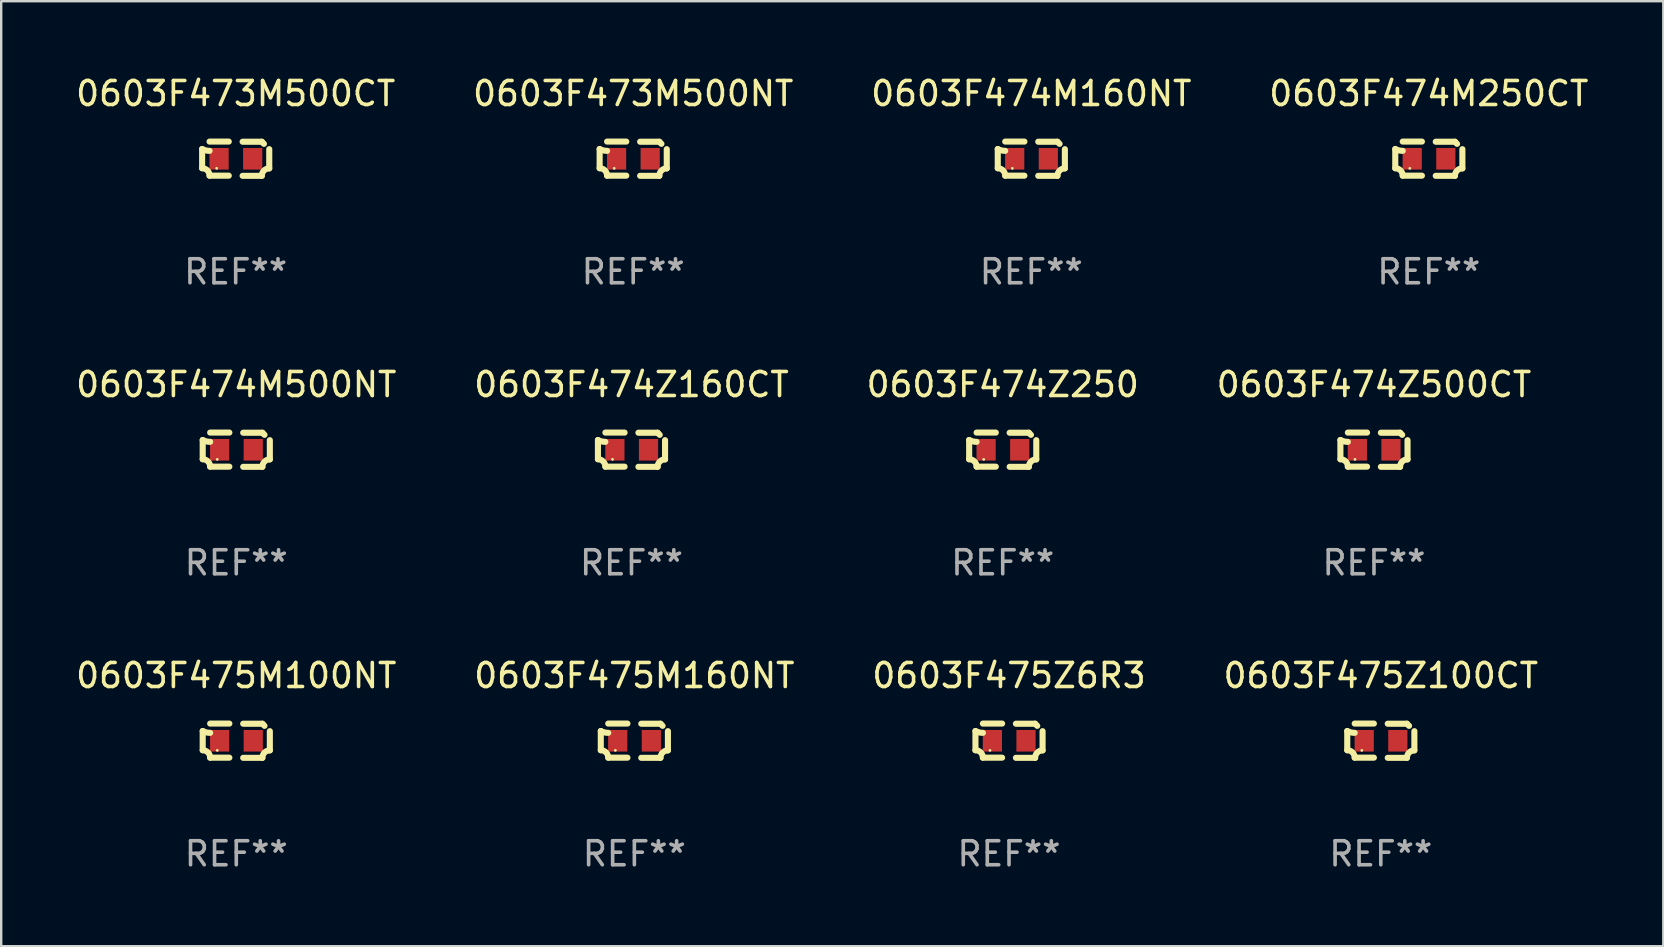
<source format=kicad_pcb>
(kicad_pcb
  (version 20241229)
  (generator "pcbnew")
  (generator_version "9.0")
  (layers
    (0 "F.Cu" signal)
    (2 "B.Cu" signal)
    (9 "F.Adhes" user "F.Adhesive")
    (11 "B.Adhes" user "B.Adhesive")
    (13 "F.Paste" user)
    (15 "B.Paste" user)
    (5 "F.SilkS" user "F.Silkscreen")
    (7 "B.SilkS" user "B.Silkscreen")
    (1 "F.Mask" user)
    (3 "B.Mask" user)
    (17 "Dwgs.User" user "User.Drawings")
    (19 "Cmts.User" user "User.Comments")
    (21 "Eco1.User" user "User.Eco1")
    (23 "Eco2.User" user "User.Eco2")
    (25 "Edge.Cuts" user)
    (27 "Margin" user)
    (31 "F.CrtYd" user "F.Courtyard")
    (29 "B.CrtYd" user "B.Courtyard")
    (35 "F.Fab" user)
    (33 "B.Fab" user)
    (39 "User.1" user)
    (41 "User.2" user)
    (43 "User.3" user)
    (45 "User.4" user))
  (footprint "0603F474M250CT"
    (layer "F.Cu")
    (at 56.47 3.561)
    (property "Reference" "0603F474M250CT" (at 0 -2.713 0) (layer "F.SilkS") (effects (font (size 1 1) (thickness 0.15))))
    (attr through_hole)
    (fp_line (start -1.398 -0.403) (end -1.398 0.397) (stroke (width 0.254) (type solid)) (layer "F.SilkS"))
    (fp_line (start -0.288 -0.713) (end -1.088 -0.713) (stroke (width 0.254) (type solid)) (layer "F.SilkS"))
    (fp_line (start -0.288 0.707) (end -1.088 0.707) (stroke (width 0.254) (type solid)) (layer "F.SilkS"))
    (fp_line (start 0.288 -0.707) (end 1.088 -0.707) (stroke (width 0.254) (type solid)) (layer "F.SilkS"))
    (fp_line (start 0.288 0.713) (end 1.088 0.713) (stroke (width 0.254) (type solid)) (layer "F.SilkS"))
    (fp_line (start 1.398 -0.397) (end 1.398 0.403) (stroke (width 0.254) (type solid)) (layer "F.SilkS"))
    (fp_arc (start -1.397789 0.397066) (mid -1.178701 0.487826) (end -1.08796 0.706922) (stroke (width 0.254001) (type solid)) (layer "F.SilkS"))
    (fp_arc (start -1.08796 -0.327176) (mid -1.247436 -0.346384) (end -1.39779 -0.402908) (stroke (width 0.254001) (type solid)) (layer "F.SilkS"))
    (fp_arc (start 1.087909 0.712738) (mid 1.178656 0.493655) (end 1.397739 0.402908) (stroke (width 0.254001) (type solid)) (layer "F.SilkS"))
    (fp_arc (start 1.175925 -0.618926) (mid 1.131917 -0.662923) (end 1.08791 -0.706922) (stroke (width 0.254001) (type solid)) (layer "F.SilkS"))
    (fp_circle (center -0.792 0.403) (end -0.762 0.403) (stroke (width 0.06) (type solid)) (fill no) (layer "F.SilkS"))
    (fp_text user "REF**" (at 0 4.713 0) (layer "F.Fab") (effects (font (size 1 1) (thickness 0.15))))
    (pad "1" smd rect (at -0.692 0.003) (size 0.8 0.9) (layers "F.Cu" "F.Mask" "F.Paste"))
    (pad "2" smd rect (at 0.708 0.003) (size 0.8 0.9) (layers "F.Cu" "F.Mask" "F.Paste")))
  (footprint "0603F475M100NT"
    (layer "F.Cu")
    (at 6.792 27.805)
    (property "Reference" "0603F475M100NT" (at 0 -2.713 0) (layer "F.SilkS") (effects (font (size 1 1) (thickness 0.15))))
    (attr through_hole)
    (fp_line (start -1.398 -0.403) (end -1.398 0.397) (stroke (width 0.254) (type solid)) (layer "F.SilkS"))
    (fp_line (start -0.288 -0.713) (end -1.088 -0.713) (stroke (width 0.254) (type solid)) (layer "F.SilkS"))
    (fp_line (start -0.288 0.707) (end -1.088 0.707) (stroke (width 0.254) (type solid)) (layer "F.SilkS"))
    (fp_line (start 0.288 -0.707) (end 1.088 -0.707) (stroke (width 0.254) (type solid)) (layer "F.SilkS"))
    (fp_line (start 0.288 0.713) (end 1.088 0.713) (stroke (width 0.254) (type solid)) (layer "F.SilkS"))
    (fp_line (start 1.398 -0.397) (end 1.398 0.403) (stroke (width 0.254) (type solid)) (layer "F.SilkS"))
    (fp_arc (start -1.397789 0.397066) (mid -1.178701 0.487826) (end -1.08796 0.706922) (stroke (width 0.254001) (type solid)) (layer "F.SilkS"))
    (fp_arc (start -1.08796 -0.327176) (mid -1.247436 -0.346384) (end -1.39779 -0.402908) (stroke (width 0.254001) (type solid)) (layer "F.SilkS"))
    (fp_arc (start 1.087909 0.712738) (mid 1.178656 0.493655) (end 1.397739 0.402908) (stroke (width 0.254001) (type solid)) (layer "F.SilkS"))
    (fp_arc (start 1.175925 -0.618926) (mid 1.131917 -0.662923) (end 1.08791 -0.706922) (stroke (width 0.254001) (type solid)) (layer "F.SilkS"))
    (fp_circle (center -0.792 0.403) (end -0.762 0.403) (stroke (width 0.06) (type solid)) (fill no) (layer "F.SilkS"))
    (fp_text user "REF**" (at 0 4.713 0) (layer "F.Fab") (effects (font (size 1 1) (thickness 0.15))))
    (pad "1" smd rect (at -0.692 0.003) (size 0.8 0.9) (layers "F.Cu" "F.Mask" "F.Paste"))
    (pad "2" smd rect (at 0.708 0.003) (size 0.8 0.9) (layers "F.Cu" "F.Mask" "F.Paste")))
  (footprint "0603F473M500CT"
    (layer "F.Cu")
    (at 6.768 3.561)
    (property "Reference" "0603F473M500CT" (at 0 -2.713 0) (layer "F.SilkS") (effects (font (size 1 1) (thickness 0.15))))
    (attr through_hole)
    (fp_line (start -1.398 -0.403) (end -1.398 0.397) (stroke (width 0.254) (type solid)) (layer "F.SilkS"))
    (fp_line (start -0.288 -0.713) (end -1.088 -0.713) (stroke (width 0.254) (type solid)) (layer "F.SilkS"))
    (fp_line (start -0.288 0.707) (end -1.088 0.707) (stroke (width 0.254) (type solid)) (layer "F.SilkS"))
    (fp_line (start 0.288 -0.707) (end 1.088 -0.707) (stroke (width 0.254) (type solid)) (layer "F.SilkS"))
    (fp_line (start 0.288 0.713) (end 1.088 0.713) (stroke (width 0.254) (type solid)) (layer "F.SilkS"))
    (fp_line (start 1.398 -0.397) (end 1.398 0.403) (stroke (width 0.254) (type solid)) (layer "F.SilkS"))
    (fp_arc (start -1.397789 0.397066) (mid -1.178701 0.487826) (end -1.08796 0.706922) (stroke (width 0.254001) (type solid)) (layer "F.SilkS"))
    (fp_arc (start -1.08796 -0.327176) (mid -1.247436 -0.346384) (end -1.39779 -0.402908) (stroke (width 0.254001) (type solid)) (layer "F.SilkS"))
    (fp_arc (start 1.087909 0.712738) (mid 1.178656 0.493655) (end 1.397739 0.402908) (stroke (width 0.254001) (type solid)) (layer "F.SilkS"))
    (fp_arc (start 1.175925 -0.618926) (mid 1.131917 -0.662923) (end 1.08791 -0.706922) (stroke (width 0.254001) (type solid)) (layer "F.SilkS"))
    (fp_circle (center -0.792 0.403) (end -0.762 0.403) (stroke (width 0.06) (type solid)) (fill no) (layer "F.SilkS"))
    (fp_text user "REF**" (at 0 4.713 0) (layer "F.Fab") (effects (font (size 1 1) (thickness 0.15))))
    (pad "1" smd rect (at -0.692 0.003) (size 0.8 0.9) (layers "F.Cu" "F.Mask" "F.Paste"))
    (pad "2" smd rect (at 0.708 0.003) (size 0.8 0.9) (layers "F.Cu" "F.Mask" "F.Paste")))
  (footprint "0603F475M160NT"
    (layer "F.Cu")
    (at 23.375 27.805)
    (property "Reference" "0603F475M160NT" (at 0 -2.713 0) (layer "F.SilkS") (effects (font (size 1 1) (thickness 0.15))))
    (attr through_hole)
    (fp_line (start -1.398 -0.403) (end -1.398 0.397) (stroke (width 0.254) (type solid)) (layer "F.SilkS"))
    (fp_line (start -0.288 -0.713) (end -1.088 -0.713) (stroke (width 0.254) (type solid)) (layer "F.SilkS"))
    (fp_line (start -0.288 0.707) (end -1.088 0.707) (stroke (width 0.254) (type solid)) (layer "F.SilkS"))
    (fp_line (start 0.288 -0.707) (end 1.088 -0.707) (stroke (width 0.254) (type solid)) (layer "F.SilkS"))
    (fp_line (start 0.288 0.713) (end 1.088 0.713) (stroke (width 0.254) (type solid)) (layer "F.SilkS"))
    (fp_line (start 1.398 -0.397) (end 1.398 0.403) (stroke (width 0.254) (type solid)) (layer "F.SilkS"))
    (fp_arc (start -1.397789 0.397066) (mid -1.178701 0.487826) (end -1.08796 0.706922) (stroke (width 0.254001) (type solid)) (layer "F.SilkS"))
    (fp_arc (start -1.08796 -0.327176) (mid -1.247436 -0.346384) (end -1.39779 -0.402908) (stroke (width 0.254001) (type solid)) (layer "F.SilkS"))
    (fp_arc (start 1.087909 0.712738) (mid 1.178656 0.493655) (end 1.397739 0.402908) (stroke (width 0.254001) (type solid)) (layer "F.SilkS"))
    (fp_arc (start 1.175925 -0.618926) (mid 1.131917 -0.662923) (end 1.08791 -0.706922) (stroke (width 0.254001) (type solid)) (layer "F.SilkS"))
    (fp_circle (center -0.792 0.403) (end -0.762 0.403) (stroke (width 0.06) (type solid)) (fill no) (layer "F.SilkS"))
    (fp_text user "REF**" (at 0 4.713 0) (layer "F.Fab") (effects (font (size 1 1) (thickness 0.15))))
    (pad "1" smd rect (at -0.692 0.003) (size 0.8 0.9) (layers "F.Cu" "F.Mask" "F.Paste"))
    (pad "2" smd rect (at 0.708 0.003) (size 0.8 0.9) (layers "F.Cu" "F.Mask" "F.Paste")))
  (footprint "0603F474Z500CT"
    (layer "F.Cu")
    (at 54.185 15.683)
    (property "Reference" "0603F474Z500CT" (at 0 -2.713 0) (layer "F.SilkS") (effects (font (size 1 1) (thickness 0.15))))
    (attr through_hole)
    (fp_line (start -1.398 -0.403) (end -1.398 0.397) (stroke (width 0.254) (type solid)) (layer "F.SilkS"))
    (fp_line (start -0.288 -0.713) (end -1.088 -0.713) (stroke (width 0.254) (type solid)) (layer "F.SilkS"))
    (fp_line (start -0.288 0.707) (end -1.088 0.707) (stroke (width 0.254) (type solid)) (layer "F.SilkS"))
    (fp_line (start 0.288 -0.707) (end 1.088 -0.707) (stroke (width 0.254) (type solid)) (layer "F.SilkS"))
    (fp_line (start 0.288 0.713) (end 1.088 0.713) (stroke (width 0.254) (type solid)) (layer "F.SilkS"))
    (fp_line (start 1.398 -0.397) (end 1.398 0.403) (stroke (width 0.254) (type solid)) (layer "F.SilkS"))
    (fp_arc (start -1.397789 0.397066) (mid -1.178701 0.487826) (end -1.08796 0.706922) (stroke (width 0.254001) (type solid)) (layer "F.SilkS"))
    (fp_arc (start -1.08796 -0.327176) (mid -1.247436 -0.346384) (end -1.39779 -0.402908) (stroke (width 0.254001) (type solid)) (layer "F.SilkS"))
    (fp_arc (start 1.087909 0.712738) (mid 1.178656 0.493655) (end 1.397739 0.402908) (stroke (width 0.254001) (type solid)) (layer "F.SilkS"))
    (fp_arc (start 1.175925 -0.618926) (mid 1.131917 -0.662923) (end 1.08791 -0.706922) (stroke (width 0.254001) (type solid)) (layer "F.SilkS"))
    (fp_circle (center -0.792 0.403) (end -0.762 0.403) (stroke (width 0.06) (type solid)) (fill no) (layer "F.SilkS"))
    (fp_text user "REF**" (at 0 4.713 0) (layer "F.Fab") (effects (font (size 1 1) (thickness 0.15))))
    (pad "1" smd rect (at -0.692 0.003) (size 0.8 0.9) (layers "F.Cu" "F.Mask" "F.Paste"))
    (pad "2" smd rect (at 0.708 0.003) (size 0.8 0.9) (layers "F.Cu" "F.Mask" "F.Paste")))
  (footprint "0603F474Z250"
    (layer "F.Cu")
    (at 38.72 15.683)
    (property "Reference" "0603F474Z250" (at 0 -2.713 0) (layer "F.SilkS") (effects (font (size 1 1) (thickness 0.15))))
    (attr through_hole)
    (fp_line (start -1.398 -0.403) (end -1.398 0.397) (stroke (width 0.254) (type solid)) (layer "F.SilkS"))
    (fp_line (start -0.288 -0.713) (end -1.088 -0.713) (stroke (width 0.254) (type solid)) (layer "F.SilkS"))
    (fp_line (start -0.288 0.707) (end -1.088 0.707) (stroke (width 0.254) (type solid)) (layer "F.SilkS"))
    (fp_line (start 0.288 -0.707) (end 1.088 -0.707) (stroke (width 0.254) (type solid)) (layer "F.SilkS"))
    (fp_line (start 0.288 0.713) (end 1.088 0.713) (stroke (width 0.254) (type solid)) (layer "F.SilkS"))
    (fp_line (start 1.398 -0.397) (end 1.398 0.403) (stroke (width 0.254) (type solid)) (layer "F.SilkS"))
    (fp_arc (start -1.397789 0.397066) (mid -1.178701 0.487826) (end -1.08796 0.706922) (stroke (width 0.254001) (type solid)) (layer "F.SilkS"))
    (fp_arc (start -1.08796 -0.327176) (mid -1.247436 -0.346384) (end -1.39779 -0.402908) (stroke (width 0.254001) (type solid)) (layer "F.SilkS"))
    (fp_arc (start 1.087909 0.712738) (mid 1.178656 0.493655) (end 1.397739 0.402908) (stroke (width 0.254001) (type solid)) (layer "F.SilkS"))
    (fp_arc (start 1.175925 -0.618926) (mid 1.131917 -0.662923) (end 1.08791 -0.706922) (stroke (width 0.254001) (type solid)) (layer "F.SilkS"))
    (fp_circle (center -0.792 0.403) (end -0.762 0.403) (stroke (width 0.06) (type solid)) (fill no) (layer "F.SilkS"))
    (fp_text user "REF**" (at 0 4.713 0) (layer "F.Fab") (effects (font (size 1 1) (thickness 0.15))))
    (pad "1" smd rect (at -0.692 0.003) (size 0.8 0.9) (layers "F.Cu" "F.Mask" "F.Paste"))
    (pad "2" smd rect (at 0.708 0.003) (size 0.8 0.9) (layers "F.Cu" "F.Mask" "F.Paste")))
  (footprint "0603F474M160NT"
    (layer "F.Cu")
    (at 39.911 3.561)
    (property "Reference" "0603F474M160NT" (at 0 -2.713 0) (layer "F.SilkS") (effects (font (size 1 1) (thickness 0.15))))
    (attr through_hole)
    (fp_line (start -1.398 -0.403) (end -1.398 0.397) (stroke (width 0.254) (type solid)) (layer "F.SilkS"))
    (fp_line (start -0.288 -0.713) (end -1.088 -0.713) (stroke (width 0.254) (type solid)) (layer "F.SilkS"))
    (fp_line (start -0.288 0.707) (end -1.088 0.707) (stroke (width 0.254) (type solid)) (layer "F.SilkS"))
    (fp_line (start 0.288 -0.707) (end 1.088 -0.707) (stroke (width 0.254) (type solid)) (layer "F.SilkS"))
    (fp_line (start 0.288 0.713) (end 1.088 0.713) (stroke (width 0.254) (type solid)) (layer "F.SilkS"))
    (fp_line (start 1.398 -0.397) (end 1.398 0.403) (stroke (width 0.254) (type solid)) (layer "F.SilkS"))
    (fp_arc (start -1.397789 0.397066) (mid -1.178701 0.487826) (end -1.08796 0.706922) (stroke (width 0.254001) (type solid)) (layer "F.SilkS"))
    (fp_arc (start -1.08796 -0.327176) (mid -1.247436 -0.346384) (end -1.39779 -0.402908) (stroke (width 0.254001) (type solid)) (layer "F.SilkS"))
    (fp_arc (start 1.087909 0.712738) (mid 1.178656 0.493655) (end 1.397739 0.402908) (stroke (width 0.254001) (type solid)) (layer "F.SilkS"))
    (fp_arc (start 1.175925 -0.618926) (mid 1.131917 -0.662923) (end 1.08791 -0.706922) (stroke (width 0.254001) (type solid)) (layer "F.SilkS"))
    (fp_circle (center -0.792 0.403) (end -0.762 0.403) (stroke (width 0.06) (type solid)) (fill no) (layer "F.SilkS"))
    (fp_text user "REF**" (at 0 4.713 0) (layer "F.Fab") (effects (font (size 1 1) (thickness 0.15))))
    (pad "1" smd rect (at -0.692 0.003) (size 0.8 0.9) (layers "F.Cu" "F.Mask" "F.Paste"))
    (pad "2" smd rect (at 0.708 0.003) (size 0.8 0.9) (layers "F.Cu" "F.Mask" "F.Paste")))
  (footprint "0603F475Z6R3"
    (layer "F.Cu")
    (at 38.982 27.805)
    (property "Reference" "0603F475Z6R3" (at 0 -2.713 0) (layer "F.SilkS") (effects (font (size 1 1) (thickness 0.15))))
    (attr through_hole)
    (fp_line (start -1.398 -0.403) (end -1.398 0.397) (stroke (width 0.254) (type solid)) (layer "F.SilkS"))
    (fp_line (start -0.288 -0.713) (end -1.088 -0.713) (stroke (width 0.254) (type solid)) (layer "F.SilkS"))
    (fp_line (start -0.288 0.707) (end -1.088 0.707) (stroke (width 0.254) (type solid)) (layer "F.SilkS"))
    (fp_line (start 0.288 -0.707) (end 1.088 -0.707) (stroke (width 0.254) (type solid)) (layer "F.SilkS"))
    (fp_line (start 0.288 0.713) (end 1.088 0.713) (stroke (width 0.254) (type solid)) (layer "F.SilkS"))
    (fp_line (start 1.398 -0.397) (end 1.398 0.403) (stroke (width 0.254) (type solid)) (layer "F.SilkS"))
    (fp_arc (start -1.397789 0.397066) (mid -1.178701 0.487826) (end -1.08796 0.706922) (stroke (width 0.254001) (type solid)) (layer "F.SilkS"))
    (fp_arc (start -1.08796 -0.327176) (mid -1.247436 -0.346384) (end -1.39779 -0.402908) (stroke (width 0.254001) (type solid)) (layer "F.SilkS"))
    (fp_arc (start 1.087909 0.712738) (mid 1.178656 0.493655) (end 1.397739 0.402908) (stroke (width 0.254001) (type solid)) (layer "F.SilkS"))
    (fp_arc (start 1.175925 -0.618926) (mid 1.131917 -0.662923) (end 1.08791 -0.706922) (stroke (width 0.254001) (type solid)) (layer "F.SilkS"))
    (fp_circle (center -0.792 0.403) (end -0.762 0.403) (stroke (width 0.06) (type solid)) (fill no) (layer "F.SilkS"))
    (fp_text user "REF**" (at 0 4.713 0) (layer "F.Fab") (effects (font (size 1 1) (thickness 0.15))))
    (pad "1" smd rect (at -0.692 0.003) (size 0.8 0.9) (layers "F.Cu" "F.Mask" "F.Paste"))
    (pad "2" smd rect (at 0.708 0.003) (size 0.8 0.9) (layers "F.Cu" "F.Mask" "F.Paste")))
  (footprint "0603F475Z100CT"
    (layer "F.Cu")
    (at 54.47 27.805)
    (property "Reference" "0603F475Z100CT" (at 0 -2.713 0) (layer "F.SilkS") (effects (font (size 1 1) (thickness 0.15))))
    (attr through_hole)
    (fp_line (start -1.398 -0.403) (end -1.398 0.397) (stroke (width 0.254) (type solid)) (layer "F.SilkS"))
    (fp_line (start -0.288 -0.713) (end -1.088 -0.713) (stroke (width 0.254) (type solid)) (layer "F.SilkS"))
    (fp_line (start -0.288 0.707) (end -1.088 0.707) (stroke (width 0.254) (type solid)) (layer "F.SilkS"))
    (fp_line (start 0.288 -0.707) (end 1.088 -0.707) (stroke (width 0.254) (type solid)) (layer "F.SilkS"))
    (fp_line (start 0.288 0.713) (end 1.088 0.713) (stroke (width 0.254) (type solid)) (layer "F.SilkS"))
    (fp_line (start 1.398 -0.397) (end 1.398 0.403) (stroke (width 0.254) (type solid)) (layer "F.SilkS"))
    (fp_arc (start -1.397789 0.397066) (mid -1.178701 0.487826) (end -1.08796 0.706922) (stroke (width 0.254001) (type solid)) (layer "F.SilkS"))
    (fp_arc (start -1.08796 -0.327176) (mid -1.247436 -0.346384) (end -1.39779 -0.402908) (stroke (width 0.254001) (type solid)) (layer "F.SilkS"))
    (fp_arc (start 1.087909 0.712738) (mid 1.178656 0.493655) (end 1.397739 0.402908) (stroke (width 0.254001) (type solid)) (layer "F.SilkS"))
    (fp_arc (start 1.175925 -0.618926) (mid 1.131917 -0.662923) (end 1.08791 -0.706922) (stroke (width 0.254001) (type solid)) (layer "F.SilkS"))
    (fp_circle (center -0.792 0.403) (end -0.762 0.403) (stroke (width 0.06) (type solid)) (fill no) (layer "F.SilkS"))
    (fp_text user "REF**" (at 0 4.713 0) (layer "F.Fab") (effects (font (size 1 1) (thickness 0.15))))
    (pad "1" smd rect (at -0.692 0.003) (size 0.8 0.9) (layers "F.Cu" "F.Mask" "F.Paste"))
    (pad "2" smd rect (at 0.708 0.003) (size 0.8 0.9) (layers "F.Cu" "F.Mask" "F.Paste")))
  (footprint "0603F474M500NT"
    (layer "F.Cu")
    (at 6.792 15.683)
    (property "Reference" "0603F474M500NT" (at 0 -2.713 0) (layer "F.SilkS") (effects (font (size 1 1) (thickness 0.15))))
    (attr through_hole)
    (fp_line (start -1.398 -0.403) (end -1.398 0.397) (stroke (width 0.254) (type solid)) (layer "F.SilkS"))
    (fp_line (start -0.288 -0.713) (end -1.088 -0.713) (stroke (width 0.254) (type solid)) (layer "F.SilkS"))
    (fp_line (start -0.288 0.707) (end -1.088 0.707) (stroke (width 0.254) (type solid)) (layer "F.SilkS"))
    (fp_line (start 0.288 -0.707) (end 1.088 -0.707) (stroke (width 0.254) (type solid)) (layer "F.SilkS"))
    (fp_line (start 0.288 0.713) (end 1.088 0.713) (stroke (width 0.254) (type solid)) (layer "F.SilkS"))
    (fp_line (start 1.398 -0.397) (end 1.398 0.403) (stroke (width 0.254) (type solid)) (layer "F.SilkS"))
    (fp_arc (start -1.397789 0.397066) (mid -1.178701 0.487826) (end -1.08796 0.706922) (stroke (width 0.254001) (type solid)) (layer "F.SilkS"))
    (fp_arc (start -1.08796 -0.327176) (mid -1.247436 -0.346384) (end -1.39779 -0.402908) (stroke (width 0.254001) (type solid)) (layer "F.SilkS"))
    (fp_arc (start 1.087909 0.712738) (mid 1.178656 0.493655) (end 1.397739 0.402908) (stroke (width 0.254001) (type solid)) (layer "F.SilkS"))
    (fp_arc (start 1.175925 -0.618926) (mid 1.131917 -0.662923) (end 1.08791 -0.706922) (stroke (width 0.254001) (type solid)) (layer "F.SilkS"))
    (fp_circle (center -0.792 0.403) (end -0.762 0.403) (stroke (width 0.06) (type solid)) (fill no) (layer "F.SilkS"))
    (fp_text user "REF**" (at 0 4.713 0) (layer "F.Fab") (effects (font (size 1 1) (thickness 0.15))))
    (pad "1" smd rect (at -0.692 0.003) (size 0.8 0.9) (layers "F.Cu" "F.Mask" "F.Paste"))
    (pad "2" smd rect (at 0.708 0.003) (size 0.8 0.9) (layers "F.Cu" "F.Mask" "F.Paste")))
  (footprint "0603F474Z160CT"
    (layer "F.Cu")
    (at 23.256 15.683)
    (property "Reference" "0603F474Z160CT" (at 0 -2.713 0) (layer "F.SilkS") (effects (font (size 1 1) (thickness 0.15))))
    (attr through_hole)
    (fp_line (start -1.398 -0.403) (end -1.398 0.397) (stroke (width 0.254) (type solid)) (layer "F.SilkS"))
    (fp_line (start -0.288 -0.713) (end -1.088 -0.713) (stroke (width 0.254) (type solid)) (layer "F.SilkS"))
    (fp_line (start -0.288 0.707) (end -1.088 0.707) (stroke (width 0.254) (type solid)) (layer "F.SilkS"))
    (fp_line (start 0.288 -0.707) (end 1.088 -0.707) (stroke (width 0.254) (type solid)) (layer "F.SilkS"))
    (fp_line (start 0.288 0.713) (end 1.088 0.713) (stroke (width 0.254) (type solid)) (layer "F.SilkS"))
    (fp_line (start 1.398 -0.397) (end 1.398 0.403) (stroke (width 0.254) (type solid)) (layer "F.SilkS"))
    (fp_arc (start -1.397789 0.397066) (mid -1.178701 0.487826) (end -1.08796 0.706922) (stroke (width 0.254001) (type solid)) (layer "F.SilkS"))
    (fp_arc (start -1.08796 -0.327176) (mid -1.247436 -0.346384) (end -1.39779 -0.402908) (stroke (width 0.254001) (type solid)) (layer "F.SilkS"))
    (fp_arc (start 1.087909 0.712738) (mid 1.178656 0.493655) (end 1.397739 0.402908) (stroke (width 0.254001) (type solid)) (layer "F.SilkS"))
    (fp_arc (start 1.175925 -0.618926) (mid 1.131917 -0.662923) (end 1.08791 -0.706922) (stroke (width 0.254001) (type solid)) (layer "F.SilkS"))
    (fp_circle (center -0.792 0.403) (end -0.762 0.403) (stroke (width 0.06) (type solid)) (fill no) (layer "F.SilkS"))
    (fp_text user "REF**" (at 0 4.713 0) (layer "F.Fab") (effects (font (size 1 1) (thickness 0.15))))
    (pad "1" smd rect (at -0.692 0.003) (size 0.8 0.9) (layers "F.Cu" "F.Mask" "F.Paste"))
    (pad "2" smd rect (at 0.708 0.003) (size 0.8 0.9) (layers "F.Cu" "F.Mask" "F.Paste")))
  (footprint "0603F473M500NT"
    (layer "F.Cu")
    (at 23.327 3.561)
    (property "Reference" "0603F473M500NT" (at 0 -2.713 0) (layer "F.SilkS") (effects (font (size 1 1) (thickness 0.15))))
    (attr through_hole)
    (fp_line (start -1.398 -0.403) (end -1.398 0.397) (stroke (width 0.254) (type solid)) (layer "F.SilkS"))
    (fp_line (start -0.288 -0.713) (end -1.088 -0.713) (stroke (width 0.254) (type solid)) (layer "F.SilkS"))
    (fp_line (start -0.288 0.707) (end -1.088 0.707) (stroke (width 0.254) (type solid)) (layer "F.SilkS"))
    (fp_line (start 0.288 -0.707) (end 1.088 -0.707) (stroke (width 0.254) (type solid)) (layer "F.SilkS"))
    (fp_line (start 0.288 0.713) (end 1.088 0.713) (stroke (width 0.254) (type solid)) (layer "F.SilkS"))
    (fp_line (start 1.398 -0.397) (end 1.398 0.403) (stroke (width 0.254) (type solid)) (layer "F.SilkS"))
    (fp_arc (start -1.397789 0.397066) (mid -1.178701 0.487826) (end -1.08796 0.706922) (stroke (width 0.254001) (type solid)) (layer "F.SilkS"))
    (fp_arc (start -1.08796 -0.327176) (mid -1.247436 -0.346384) (end -1.39779 -0.402908) (stroke (width 0.254001) (type solid)) (layer "F.SilkS"))
    (fp_arc (start 1.087909 0.712738) (mid 1.178656 0.493655) (end 1.397739 0.402908) (stroke (width 0.254001) (type solid)) (layer "F.SilkS"))
    (fp_arc (start 1.175925 -0.618926) (mid 1.131917 -0.662923) (end 1.08791 -0.706922) (stroke (width 0.254001) (type solid)) (layer "F.SilkS"))
    (fp_circle (center -0.792 0.403) (end -0.762 0.403) (stroke (width 0.06) (type solid)) (fill no) (layer "F.SilkS"))
    (fp_text user "REF**" (at 0 4.713 0) (layer "F.Fab") (effects (font (size 1 1) (thickness 0.15))))
    (pad "1" smd rect (at -0.692 0.003) (size 0.8 0.9) (layers "F.Cu" "F.Mask" "F.Paste"))
    (pad "2" smd rect (at 0.708 0.003) (size 0.8 0.9) (layers "F.Cu" "F.Mask" "F.Paste")))
  (gr_rect
    (start -3 -3)
    (end 66.238 36.366)
    (stroke (width 0.1) (type default))
    (fill no)
    (layer "Edge.Cuts")))
</source>
